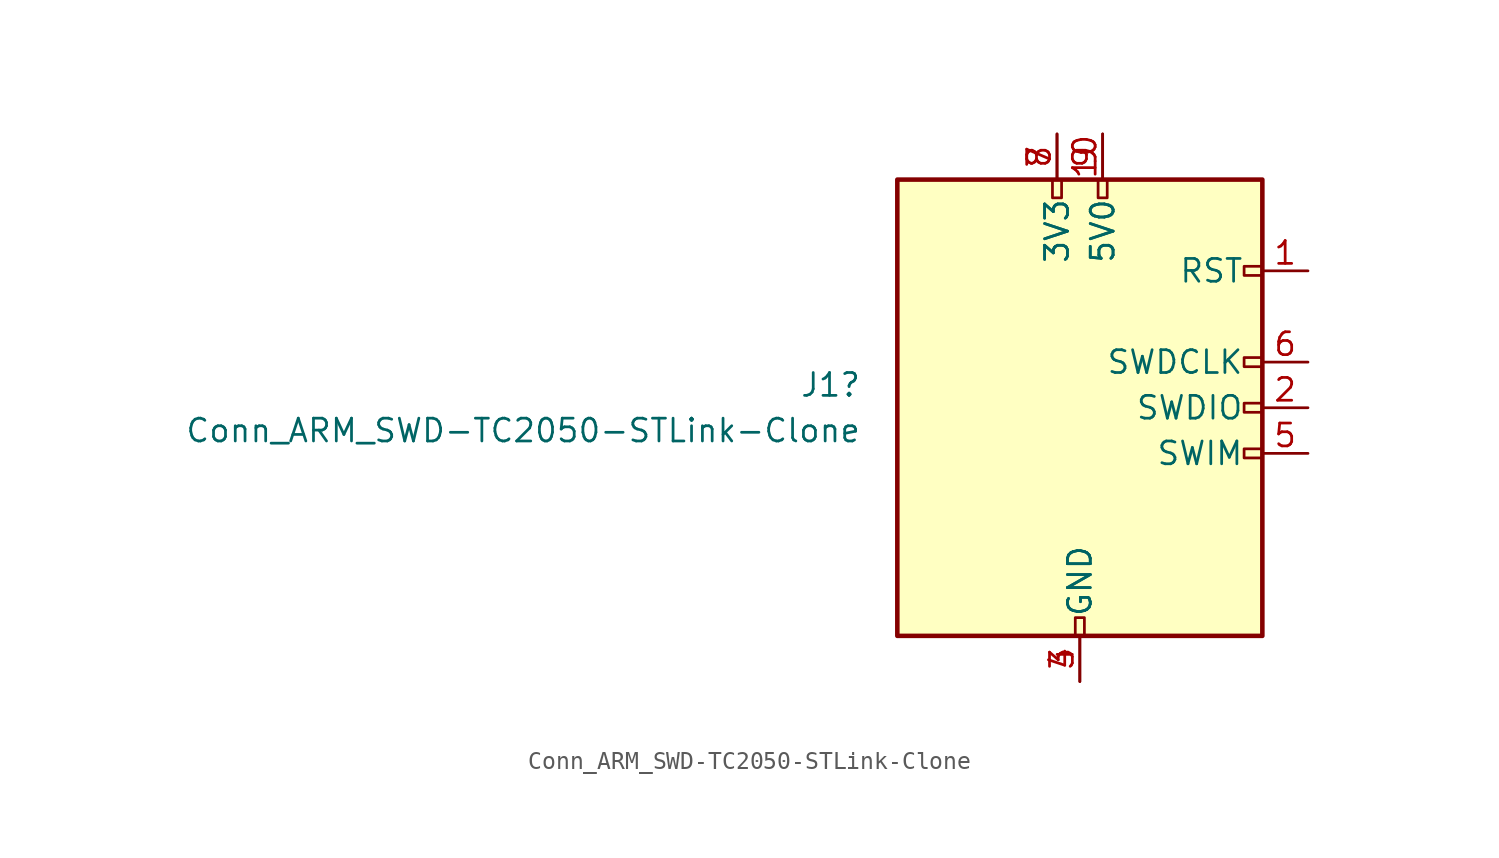
<source format=kicad_sym>
(kicad_symbol_lib
  (version 20220914)
  (generator kicad_symbol_editor)
  (symbol "Conn_ARM_SWD-TC2050-STLink-Clone"
    (pin_names
      (offset 1.016))
    (property "Reference" "J1"
      (at -12.141 1.27 0)
      (effects (font (size 1.27 1.27)) (justify right)))
    (property "Value" "Conn_ARM_SWD-TC2050-STLink-Clone"
      (at -12.141 -1.27 0)
      (effects (font (size 1.27 1.27)) (justify right)))
    (symbol "Conn_ARM_SWD-TC2050-STLink-Clone_0_1"
      (rectangle (start -10.16 12.7) (end 10.16 -12.7) (stroke (width 0.254) (type default)) (fill (type background)))
      (rectangle (start -1.524 12.7) (end -1.016 11.684) (stroke (width 0) (type default)) (fill (type none)))
      (rectangle (start -0.254 -12.7) (end 0.254 -11.684) (stroke (width 0) (type default)) (fill (type none)))
      (rectangle (start 1.016 12.7) (end 1.524 11.684) (stroke (width 0) (type default)) (fill (type none)))
      (rectangle (start 9.144 2.794) (end 10.16 2.286) (stroke (width 0) (type default)) (fill (type none)))
      (rectangle (start 10.16 -2.794) (end 9.144 -2.286) (stroke (width 0) (type default)) (fill (type none)))
      (rectangle (start 10.16 -0.254) (end 9.144 0.254) (stroke (width 0) (type default)) (fill (type none)))
      (rectangle (start 10.16 7.874) (end 9.144 7.366) (stroke (width 0) (type default)) (fill (type none))))
    (symbol "Conn_ARM_SWD-TC2050-STLink-Clone_1_1"
      (pin open_collector line (at 12.7 7.62 180) (length 2.54) (name "RST" (effects (font (size 1.27 1.27)))) (number "1" (effects (font (size 1.27 1.27)))))
      (pin power_in line (at 1.27 15.24 270) (length 2.54) (name "5V0" (effects (font (size 1.27 1.27)))) (number "10" (effects (font (size 1.27 1.27)))))
      (pin bidirectional line (at 12.7 0 180) (length 2.54) (name "SWDIO" (effects (font (size 1.27 1.27)))) (number "2" (effects (font (size 1.27 1.27)))))
      (pin power_in line (at 0 -15.24 90) (length 2.54) (name "GND" (effects (font (size 1.27 1.27)))) (number "3" (effects (font (size 1.27 1.27)))))
      (pin power_in line (at 0 -15.24 90) (length 2.54) (name "GND" (effects (font (size 1.27 1.27)))) (number "4" (effects (font (size 1.27 1.27)))))
      (pin bidirectional line (at 12.7 -2.54 180) (length 2.54) (name "SWIM" (effects (font (size 1.27 1.27)))) (number "5" (effects (font (size 1.27 1.27)))))
      (pin input line (at 12.7 2.54 180) (length 2.54) (name "SWDCLK" (effects (font (size 1.27 1.27)))) (number "6" (effects (font (size 1.27 1.27)))))
      (pin power_in line (at -1.27 15.24 270) (length 2.54) (name "3V3" (effects (font (size 1.27 1.27)))) (number "7" (effects (font (size 1.27 1.27)))))
      (pin power_in line (at -1.27 15.24 270) (length 2.54) (name "3V3" (effects (font (size 1.27 1.27)))) (number "8" (effects (font (size 1.27 1.27)))))
      (pin power_in line (at 1.27 15.24 270) (length 2.54) (name "5V0" (effects (font (size 1.27 1.27)))) (number "9" (effects (font (size 1.27 1.27))))))))
</source>
